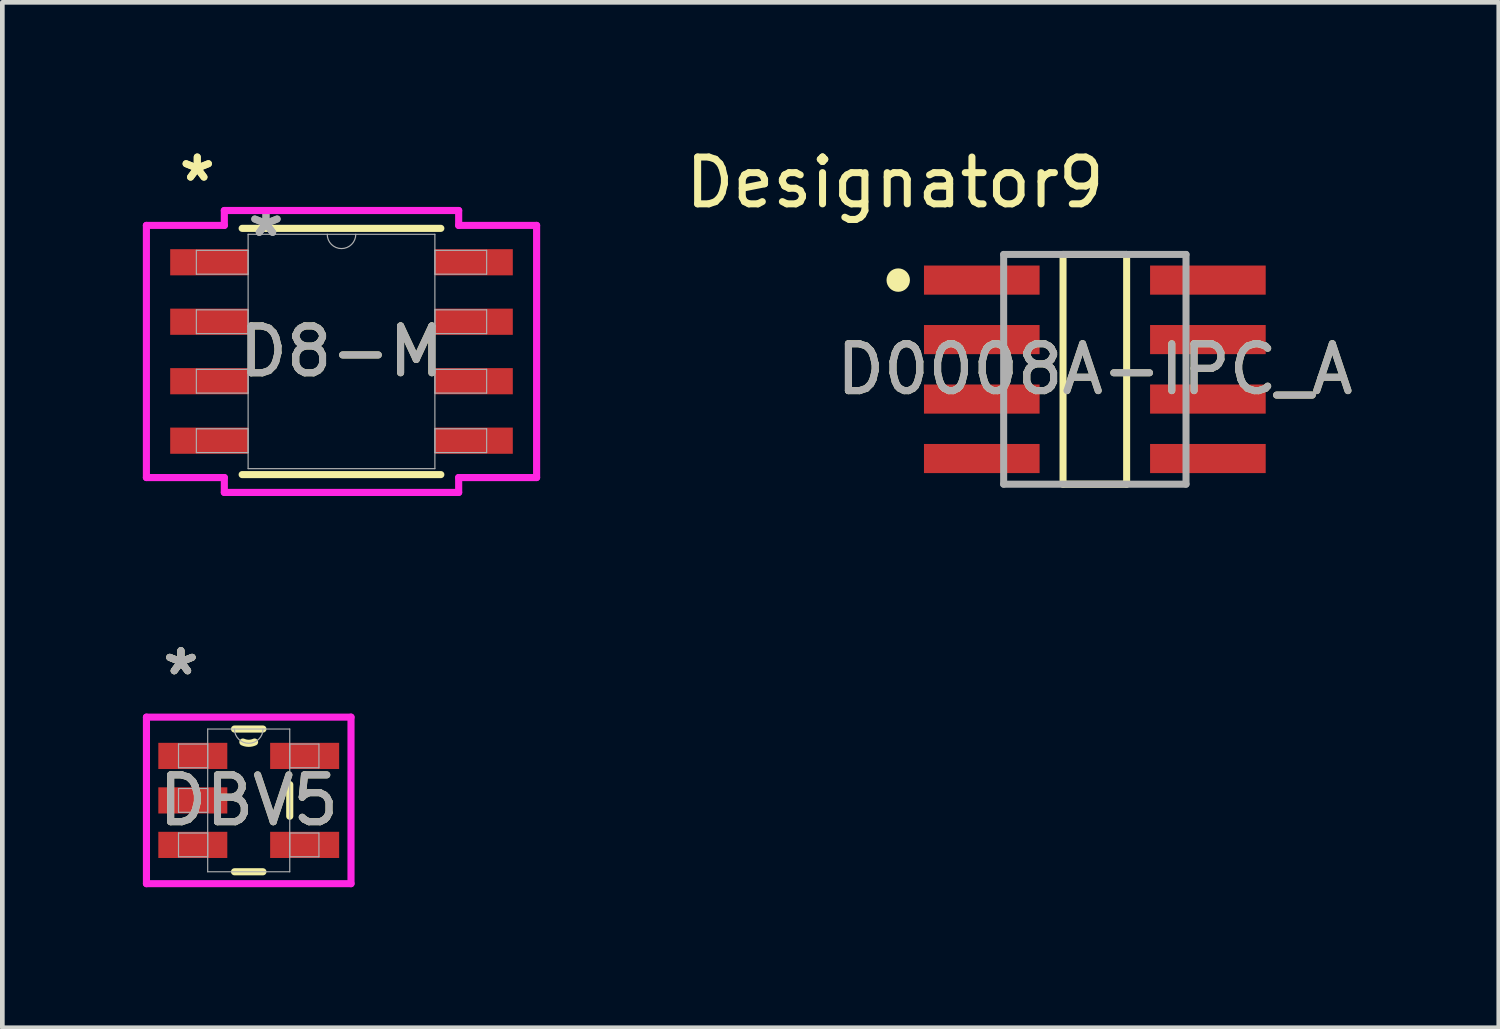
<source format=kicad_pcb>
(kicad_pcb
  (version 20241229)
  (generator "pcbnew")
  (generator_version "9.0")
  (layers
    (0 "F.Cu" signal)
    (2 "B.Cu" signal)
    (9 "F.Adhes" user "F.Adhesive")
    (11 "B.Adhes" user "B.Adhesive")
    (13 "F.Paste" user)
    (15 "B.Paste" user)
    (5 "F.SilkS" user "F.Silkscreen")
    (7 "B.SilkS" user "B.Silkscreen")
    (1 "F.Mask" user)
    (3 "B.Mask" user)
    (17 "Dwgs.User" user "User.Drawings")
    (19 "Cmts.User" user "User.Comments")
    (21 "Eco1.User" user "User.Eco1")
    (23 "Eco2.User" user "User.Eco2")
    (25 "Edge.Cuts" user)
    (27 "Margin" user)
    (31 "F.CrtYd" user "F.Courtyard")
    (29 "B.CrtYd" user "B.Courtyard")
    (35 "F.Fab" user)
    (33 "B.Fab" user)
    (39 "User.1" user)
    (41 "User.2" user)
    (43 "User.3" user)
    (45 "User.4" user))
  (footprint "D0008A-IPC_A"
    (layer "F.Cu")
    (at 20.328 4.836)
    (property "Reference" "D0008A-IPC_A" (at 0 0 0) (unlocked yes) (layer "F.SilkS") (effects (font (size 1 1) (thickness 0.15))))
    (attr smd)
    (fp_line (start -0.679 -2.453) (end 0.679 -2.453) (stroke (width 0.15) (type solid)) (layer "F.SilkS"))
    (fp_line (start -0.679 2.453) (end -0.679 -2.453) (stroke (width 0.15) (type solid)) (layer "F.SilkS"))
    (fp_line (start -0.679 2.453) (end 0.679 2.453) (stroke (width 0.15) (type solid)) (layer "F.SilkS"))
    (fp_line (start 0.679 2.453) (end 0.679 -2.453) (stroke (width 0.15) (type solid)) (layer "F.SilkS"))
    (fp_circle (center -4.198 -1.905) (end -4.073 -1.905) (stroke (width 0.25) (type solid)) (fill no) (layer "F.SilkS"))
    (fp_line (start -1.947 -2.453) (end 1.947 -2.453) (stroke (width 0.15) (type solid)) (layer "F.Fab"))
    (fp_line (start -1.947 2.453) (end -1.947 -2.453) (stroke (width 0.15) (type solid)) (layer "F.Fab"))
    (fp_line (start -1.947 2.453) (end 1.947 2.453) (stroke (width 0.15) (type solid)) (layer "F.Fab"))
    (fp_line (start 1.947 2.453) (end 1.947 -2.453) (stroke (width 0.15) (type solid)) (layer "F.Fab"))
    (fp_text user "Designator9" (at -4.267 -3.988 0) (unlocked yes) (layer "F.SilkS") (effects (font (size 1 1) (thickness 0.15))))
    (fp_text user "${REFERENCE}" (at 0 0 0) (unlocked yes) (layer "F.Fab") (effects (font (size 1 1) (thickness 0.15))))
    (pad "1" smd rect (at -2.414 -1.905) (size 2.469 0.622) (layers "F.Cu" "F.Mask" "F.Paste"))
    (pad "2" smd rect (at -2.414 -0.635) (size 2.469 0.622) (layers "F.Cu" "F.Mask" "F.Paste"))
    (pad "3" smd rect (at -2.414 0.635) (size 2.469 0.622) (layers "F.Cu" "F.Mask" "F.Paste"))
    (pad "4" smd rect (at -2.414 1.905) (size 2.469 0.622) (layers "F.Cu" "F.Mask" "F.Paste"))
    (pad "5" smd rect (at 2.414 1.905) (size 2.469 0.622) (layers "F.Cu" "F.Mask" "F.Paste"))
    (pad "6" smd rect (at 2.414 0.635) (size 2.469 0.622) (layers "F.Cu" "F.Mask" "F.Paste"))
    (pad "7" smd rect (at 2.414 -0.635) (size 2.469 0.622) (layers "F.Cu" "F.Mask" "F.Paste"))
    (pad "8" smd rect (at 2.414 -1.905) (size 2.469 0.622) (layers "F.Cu" "F.Mask" "F.Paste")))
  (footprint "D8-M"
    (layer "F.Cu")
    (at 4.242 4.455)
    (property "Reference" "D8-M" (at 0 0 0) (unlocked yes) (layer "F.SilkS") (effects (font (size 1 1) (thickness 0.15))))
    (attr smd)
    (fp_line (start -2.121 2.629) (end 2.121 2.629) (stroke (width 0.152) (type solid)) (layer "F.SilkS"))
    (fp_line (start 2.121 -2.629) (end -2.121 -2.629) (stroke (width 0.152) (type solid)) (layer "F.SilkS"))
    (fp_line (start -4.166 -2.692) (end -2.502 -2.692) (stroke (width 0.152) (type solid)) (layer "F.CrtYd"))
    (fp_line (start -4.166 2.692) (end -4.166 -2.692) (stroke (width 0.152) (type solid)) (layer "F.CrtYd"))
    (fp_line (start -4.166 2.692) (end -2.502 2.692) (stroke (width 0.152) (type solid)) (layer "F.CrtYd"))
    (fp_line (start -2.502 -3.01) (end 2.502 -3.01) (stroke (width 0.152) (type solid)) (layer "F.CrtYd"))
    (fp_line (start -2.502 -2.692) (end -2.502 -3.01) (stroke (width 0.152) (type solid)) (layer "F.CrtYd"))
    (fp_line (start -2.502 3.01) (end -2.502 2.692) (stroke (width 0.152) (type solid)) (layer "F.CrtYd"))
    (fp_line (start 2.502 -3.01) (end 2.502 -2.692) (stroke (width 0.152) (type solid)) (layer "F.CrtYd"))
    (fp_line (start 2.502 2.692) (end 2.502 3.01) (stroke (width 0.152) (type solid)) (layer "F.CrtYd"))
    (fp_line (start 2.502 3.01) (end -2.502 3.01) (stroke (width 0.152) (type solid)) (layer "F.CrtYd"))
    (fp_line (start 4.166 -2.692) (end 2.502 -2.692) (stroke (width 0.152) (type solid)) (layer "F.CrtYd"))
    (fp_line (start 4.166 -2.692) (end 4.166 2.692) (stroke (width 0.152) (type solid)) (layer "F.CrtYd"))
    (fp_line (start 4.166 2.692) (end 2.502 2.692) (stroke (width 0.152) (type solid)) (layer "F.CrtYd"))
    (fp_line (start -3.099 -2.159) (end -3.099 -1.651) (stroke (width 0.025) (type solid)) (layer "F.Fab"))
    (fp_line (start -3.099 -1.651) (end -1.994 -1.651) (stroke (width 0.025) (type solid)) (layer "F.Fab"))
    (fp_line (start -3.099 -0.889) (end -3.099 -0.381) (stroke (width 0.025) (type solid)) (layer "F.Fab"))
    (fp_line (start -3.099 -0.381) (end -1.994 -0.381) (stroke (width 0.025) (type solid)) (layer "F.Fab"))
    (fp_line (start -3.099 0.381) (end -3.099 0.889) (stroke (width 0.025) (type solid)) (layer "F.Fab"))
    (fp_line (start -3.099 0.889) (end -1.994 0.889) (stroke (width 0.025) (type solid)) (layer "F.Fab"))
    (fp_line (start -3.099 1.651) (end -3.099 2.159) (stroke (width 0.025) (type solid)) (layer "F.Fab"))
    (fp_line (start -3.099 2.159) (end -1.994 2.159) (stroke (width 0.025) (type solid)) (layer "F.Fab"))
    (fp_line (start -1.994 -2.502) (end -1.994 2.502) (stroke (width 0.025) (type solid)) (layer "F.Fab"))
    (fp_line (start -1.994 -2.159) (end -3.099 -2.159) (stroke (width 0.025) (type solid)) (layer "F.Fab"))
    (fp_line (start -1.994 -1.651) (end -1.994 -2.159) (stroke (width 0.025) (type solid)) (layer "F.Fab"))
    (fp_line (start -1.994 -0.889) (end -3.099 -0.889) (stroke (width 0.025) (type solid)) (layer "F.Fab"))
    (fp_line (start -1.994 -0.381) (end -1.994 -0.889) (stroke (width 0.025) (type solid)) (layer "F.Fab"))
    (fp_line (start -1.994 0.381) (end -3.099 0.381) (stroke (width 0.025) (type solid)) (layer "F.Fab"))
    (fp_line (start -1.994 0.889) (end -1.994 0.381) (stroke (width 0.025) (type solid)) (layer "F.Fab"))
    (fp_line (start -1.994 1.651) (end -3.099 1.651) (stroke (width 0.025) (type solid)) (layer "F.Fab"))
    (fp_line (start -1.994 2.159) (end -1.994 1.651) (stroke (width 0.025) (type solid)) (layer "F.Fab"))
    (fp_line (start -1.994 2.502) (end 1.994 2.502) (stroke (width 0.025) (type solid)) (layer "F.Fab"))
    (fp_line (start 1.994 -2.502) (end -1.994 -2.502) (stroke (width 0.025) (type solid)) (layer "F.Fab"))
    (fp_line (start 1.994 -2.159) (end 1.994 -1.651) (stroke (width 0.025) (type solid)) (layer "F.Fab"))
    (fp_line (start 1.994 -1.651) (end 3.099 -1.651) (stroke (width 0.025) (type solid)) (layer "F.Fab"))
    (fp_line (start 1.994 -0.889) (end 1.994 -0.381) (stroke (width 0.025) (type solid)) (layer "F.Fab"))
    (fp_line (start 1.994 -0.381) (end 3.099 -0.381) (stroke (width 0.025) (type solid)) (layer "F.Fab"))
    (fp_line (start 1.994 0.381) (end 1.994 0.889) (stroke (width 0.025) (type solid)) (layer "F.Fab"))
    (fp_line (start 1.994 0.889) (end 3.099 0.889) (stroke (width 0.025) (type solid)) (layer "F.Fab"))
    (fp_line (start 1.994 1.651) (end 1.994 2.159) (stroke (width 0.025) (type solid)) (layer "F.Fab"))
    (fp_line (start 1.994 2.159) (end 3.099 2.159) (stroke (width 0.025) (type solid)) (layer "F.Fab"))
    (fp_line (start 1.994 2.502) (end 1.994 -2.502) (stroke (width 0.025) (type solid)) (layer "F.Fab"))
    (fp_line (start 3.099 -2.159) (end 1.994 -2.159) (stroke (width 0.025) (type solid)) (layer "F.Fab"))
    (fp_line (start 3.099 -1.651) (end 3.099 -2.159) (stroke (width 0.025) (type solid)) (layer "F.Fab"))
    (fp_line (start 3.099 -0.889) (end 1.994 -0.889) (stroke (width 0.025) (type solid)) (layer "F.Fab"))
    (fp_line (start 3.099 -0.381) (end 3.099 -0.889) (stroke (width 0.025) (type solid)) (layer "F.Fab"))
    (fp_line (start 3.099 0.381) (end 1.994 0.381) (stroke (width 0.025) (type solid)) (layer "F.Fab"))
    (fp_line (start 3.099 0.889) (end 3.099 0.381) (stroke (width 0.025) (type solid)) (layer "F.Fab"))
    (fp_line (start 3.099 1.651) (end 1.994 1.651) (stroke (width 0.025) (type solid)) (layer "F.Fab"))
    (fp_line (start 3.099 2.159) (end 3.099 1.651) (stroke (width 0.025) (type solid)) (layer "F.Fab"))
    (fp_arc (start 0.3048 -2.5019) (mid 0 -2.1971) (end -0.3048 -2.5019) (stroke (width 0.0254) (type solid)) (layer "F.Fab"))
    (fp_text user "*" (at -3.08 -3.607 0) (unlocked yes) (layer "F.SilkS") (effects (font (size 1 1) (thickness 0.15))))
    (fp_text user "*" (at -3.08 -3.607 0) (layer "F.SilkS") (effects (font (size 1 1) (thickness 0.15))))
    (fp_text user "*" (at -1.613 -2.426 0) (layer "F.Fab") (effects (font (size 1 1) (thickness 0.15))))
    (fp_text user "${REFERENCE}" (at 0 0 0) (unlocked yes) (layer "F.Fab") (effects (font (size 1 1) (thickness 0.15))))
    (fp_text user "*" (at -1.613 -2.426 0) (unlocked yes) (layer "F.Fab") (effects (font (size 1 1) (thickness 0.15))))
    (pad "1" smd rect (at -2.826 -1.905) (size 1.664 0.559) (layers "F.Cu" "F.Mask" "F.Paste"))
    (pad "2" smd rect (at -2.826 -0.635) (size 1.664 0.559) (layers "F.Cu" "F.Mask" "F.Paste"))
    (pad "3" smd rect (at -2.826 0.635) (size 1.664 0.559) (layers "F.Cu" "F.Mask" "F.Paste"))
    (pad "4" smd rect (at -2.826 1.905) (size 1.664 0.559) (layers "F.Cu" "F.Mask" "F.Paste"))
    (pad "5" smd rect (at 2.826 1.905) (size 1.664 0.559) (layers "F.Cu" "F.Mask" "F.Paste"))
    (pad "6" smd rect (at 2.826 0.635) (size 1.664 0.559) (layers "F.Cu" "F.Mask" "F.Paste"))
    (pad "7" smd rect (at 2.826 -0.635) (size 1.664 0.559) (layers "F.Cu" "F.Mask" "F.Paste"))
    (pad "8" smd rect (at 2.826 -1.905) (size 1.664 0.559) (layers "F.Cu" "F.Mask" "F.Paste")))
  (footprint "DBV5"
    (layer "F.Cu")
    (at 2.261 14.041)
    (property "Reference" "DBV5" (at 0 0 0) (unlocked yes) (layer "F.SilkS") (effects (font (size 1 1) (thickness 0.15))))
    (attr smd)
    (fp_line (start -0.303 1.524) (end 0.303 1.524) (stroke (width 0.152) (type solid)) (layer "F.SilkS"))
    (fp_line (start 0.303 -1.524) (end -0.303 -1.524) (stroke (width 0.152) (type solid)) (layer "F.SilkS"))
    (fp_line (start 0.876 0.338) (end 0.876 -0.338) (stroke (width 0.152) (type solid)) (layer "F.SilkS"))
    (fp_arc (start 0.124872 -1.245953) (mid 0 -1.2192) (end -0.124872 -1.245953) (stroke (width 0.1524) (type solid)) (layer "F.SilkS"))
    (fp_line (start -2.184 -1.778) (end 2.184 -1.778) (stroke (width 0.152) (type solid)) (layer "F.CrtYd"))
    (fp_line (start -2.184 1.778) (end -2.184 -1.778) (stroke (width 0.152) (type solid)) (layer "F.CrtYd"))
    (fp_line (start 2.184 -1.778) (end 2.184 1.778) (stroke (width 0.152) (type solid)) (layer "F.CrtYd"))
    (fp_line (start 2.184 1.778) (end -2.184 1.778) (stroke (width 0.152) (type solid)) (layer "F.CrtYd"))
    (fp_line (start -1.499 -1.204) (end -1.499 -0.696) (stroke (width 0.025) (type solid)) (layer "F.Fab"))
    (fp_line (start -1.499 -0.696) (end -0.876 -0.696) (stroke (width 0.025) (type solid)) (layer "F.Fab"))
    (fp_line (start -1.499 -0.254) (end -1.499 0.254) (stroke (width 0.025) (type solid)) (layer "F.Fab"))
    (fp_line (start -1.499 0.254) (end -0.876 0.254) (stroke (width 0.025) (type solid)) (layer "F.Fab"))
    (fp_line (start -1.499 0.696) (end -1.499 1.204) (stroke (width 0.025) (type solid)) (layer "F.Fab"))
    (fp_line (start -1.499 1.204) (end -0.876 1.204) (stroke (width 0.025) (type solid)) (layer "F.Fab"))
    (fp_line (start -0.876 -1.524) (end -0.876 1.524) (stroke (width 0.025) (type solid)) (layer "F.Fab"))
    (fp_line (start -0.876 -1.204) (end -1.499 -1.204) (stroke (width 0.025) (type solid)) (layer "F.Fab"))
    (fp_line (start -0.876 -0.696) (end -0.876 -1.204) (stroke (width 0.025) (type solid)) (layer "F.Fab"))
    (fp_line (start -0.876 -0.254) (end -1.499 -0.254) (stroke (width 0.025) (type solid)) (layer "F.Fab"))
    (fp_line (start -0.876 0.254) (end -0.876 -0.254) (stroke (width 0.025) (type solid)) (layer "F.Fab"))
    (fp_line (start -0.876 0.696) (end -1.499 0.696) (stroke (width 0.025) (type solid)) (layer "F.Fab"))
    (fp_line (start -0.876 1.204) (end -0.876 0.696) (stroke (width 0.025) (type solid)) (layer "F.Fab"))
    (fp_line (start -0.876 1.524) (end 0.876 1.524) (stroke (width 0.025) (type solid)) (layer "F.Fab"))
    (fp_line (start 0.876 -1.524) (end -0.876 -1.524) (stroke (width 0.025) (type solid)) (layer "F.Fab"))
    (fp_line (start 0.876 -1.204) (end 0.876 -0.696) (stroke (width 0.025) (type solid)) (layer "F.Fab"))
    (fp_line (start 0.876 -0.696) (end 1.499 -0.696) (stroke (width 0.025) (type solid)) (layer "F.Fab"))
    (fp_line (start 0.876 0.696) (end 0.876 1.204) (stroke (width 0.025) (type solid)) (layer "F.Fab"))
    (fp_line (start 0.876 1.204) (end 1.499 1.204) (stroke (width 0.025) (type solid)) (layer "F.Fab"))
    (fp_line (start 0.876 1.524) (end 0.876 -1.524) (stroke (width 0.025) (type solid)) (layer "F.Fab"))
    (fp_line (start 1.499 -1.204) (end 0.876 -1.204) (stroke (width 0.025) (type solid)) (layer "F.Fab"))
    (fp_line (start 1.499 -0.696) (end 1.499 -1.204) (stroke (width 0.025) (type solid)) (layer "F.Fab"))
    (fp_line (start 1.499 0.696) (end 0.876 0.696) (stroke (width 0.025) (type solid)) (layer "F.Fab"))
    (fp_line (start 1.499 1.204) (end 1.499 0.696) (stroke (width 0.025) (type solid)) (layer "F.Fab"))
    (fp_arc (start 0.3048 -1.524) (mid 0 -1.2192) (end -0.3048 -1.524) (stroke (width 0.0254) (type solid)) (layer "F.Fab"))
    (fp_text user "*" (at -1.448 -2.652 0) (unlocked yes) (layer "F.SilkS") (effects (font (size 1 1) (thickness 0.15))))
    (fp_text user "*" (at -1.448 -2.652 0) (layer "F.SilkS") (effects (font (size 1 1) (thickness 0.15))))
    (fp_text user "*" (at -1.448 -2.652 0) (unlocked yes) (layer "F.Fab") (effects (font (size 1 1) (thickness 0.15))))
    (fp_text user "${REFERENCE}" (at 0 0 0) (unlocked yes) (layer "F.Fab") (effects (font (size 1 1) (thickness 0.15))))
    (fp_text user "*" (at -1.448 -2.652 0) (layer "F.Fab") (effects (font (size 1 1) (thickness 0.15))))
    (pad "1" smd rect (at -1.194 -0.95) (size 1.473 0.559) (layers "F.Cu" "F.Mask" "F.Paste"))
    (pad "2" smd rect (at -1.194 0) (size 1.473 0.559) (layers "F.Cu" "F.Mask" "F.Paste"))
    (pad "3" smd rect (at -1.194 0.95) (size 1.473 0.559) (layers "F.Cu" "F.Mask" "F.Paste"))
    (pad "4" smd rect (at 1.194 0.95) (size 1.473 0.559) (layers "F.Cu" "F.Mask" "F.Paste"))
    (pad "5" smd rect (at 1.194 -0.95) (size 1.473 0.559) (layers "F.Cu" "F.Mask" "F.Paste")))
  (gr_rect
    (start -3 -3)
    (end 28.953 18.895)
    (stroke (width 0.1) (type default))
    (fill no)
    (layer "Edge.Cuts")))
</source>
